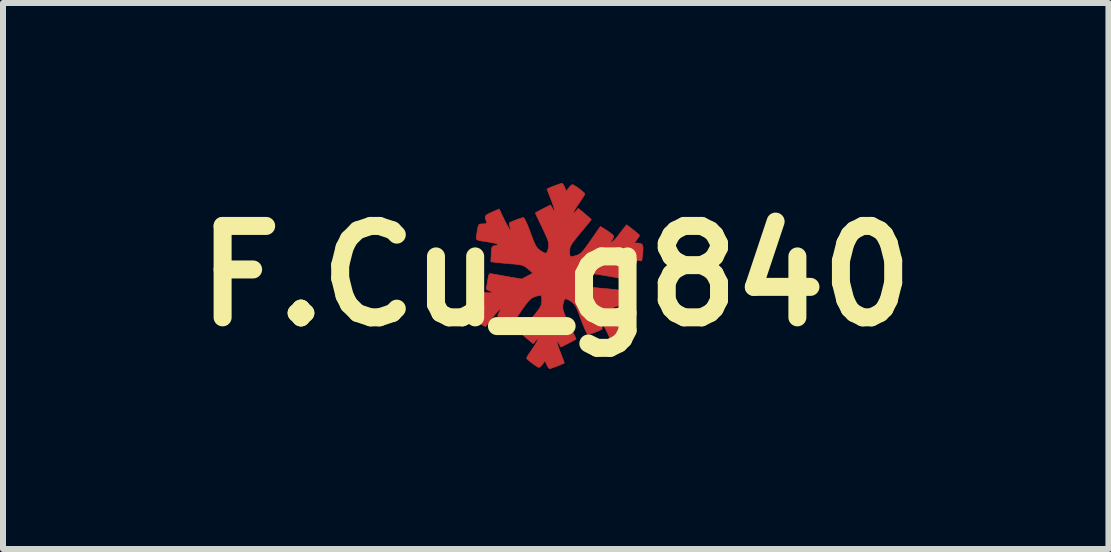
<source format=kicad_pcb>
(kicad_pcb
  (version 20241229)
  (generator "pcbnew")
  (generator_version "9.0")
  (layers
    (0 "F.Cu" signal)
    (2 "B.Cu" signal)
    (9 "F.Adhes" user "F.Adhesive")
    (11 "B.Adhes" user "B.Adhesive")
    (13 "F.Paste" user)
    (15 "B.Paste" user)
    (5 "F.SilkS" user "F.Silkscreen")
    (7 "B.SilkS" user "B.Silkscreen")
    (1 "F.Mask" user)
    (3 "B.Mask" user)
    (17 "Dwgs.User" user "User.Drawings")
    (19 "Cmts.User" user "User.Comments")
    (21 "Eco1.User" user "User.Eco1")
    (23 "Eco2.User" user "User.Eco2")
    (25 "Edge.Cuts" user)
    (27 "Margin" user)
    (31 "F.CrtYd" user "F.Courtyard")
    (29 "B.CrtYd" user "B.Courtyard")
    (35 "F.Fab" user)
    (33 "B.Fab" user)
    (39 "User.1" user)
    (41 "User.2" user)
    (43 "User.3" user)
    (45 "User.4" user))
  (footprint "F.Cu_g840"
    (layer "F.Cu")
    (at 6.212 1.55)
    (property "Reference" "F.Cu_g840" (at 0 0 0) (layer "F.SilkS") (effects (font (size 1.524 1.524) (thickness 0.3))))
    (attr through_hole)
    (fp_poly (pts (xy 0.123 -1.528) (xy 0.147 -1.485) (xy 0.149 -1.479) (xy 0.177 -1.413) (xy 0.217 -1.468) (xy 0.251 -1.507) (xy 0.277 -1.524) (xy 0.278 -1.524) (xy 0.306 -1.512) (xy 0.353 -1.482) (xy 0.406 -1.444) (xy 0.453 -1.406) (xy 0.482 -1.377) (xy 0.486 -1.369) (xy 0.475 -1.345) (xy 0.445 -1.296) (xy 0.401 -1.232) (xy 0.392 -1.218) (xy 0.349 -1.154) (xy 0.317 -1.1) (xy 0.298 -1.061) (xy 0.295 -1.043) (xy 0.309 -1.051) (xy 0.336 -1.081) (xy 0.375 -1.129) (xy 0.484 -1.038) (xy 0.539 -0.991) (xy 0.578 -0.956) (xy 0.593 -0.941) (xy 0.593 -0.941) (xy 0.58 -0.923) (xy 0.545 -0.88) (xy 0.493 -0.816) (xy 0.428 -0.738) (xy 0.413 -0.72) (xy 0.339 -0.63) (xy 0.289 -0.565) (xy 0.257 -0.517) (xy 0.24 -0.478) (xy 0.234 -0.441) (xy 0.233 -0.411) (xy 0.234 -0.353) (xy 0.244 -0.326) (xy 0.273 -0.323) (xy 0.331 -0.339) (xy 0.343 -0.342) (xy 0.38 -0.357) (xy 0.415 -0.38) (xy 0.453 -0.418) (xy 0.501 -0.478) (xy 0.563 -0.565) (xy 0.585 -0.597) (xy 0.744 -0.826) (xy 0.806 -0.789) (xy 0.87 -0.748) (xy 0.924 -0.708) (xy 0.961 -0.676) (xy 0.967 -0.651) (xy 0.946 -0.613) (xy 0.941 -0.604) (xy 0.916 -0.565) (xy 0.915 -0.555) (xy 0.938 -0.568) (xy 0.944 -0.571) (xy 0.985 -0.607) (xy 1.029 -0.658) (xy 1.034 -0.664) (xy 1.081 -0.729) (xy 1.131 -0.792) (xy 1.131 -0.792) (xy 1.182 -0.854) (xy 1.289 -0.772) (xy 1.345 -0.727) (xy 1.384 -0.693) (xy 1.397 -0.676) (xy 1.385 -0.651) (xy 1.356 -0.61) (xy 1.353 -0.606) (xy 1.309 -0.55) (xy 1.358 -0.55) (xy 1.413 -0.544) (xy 1.445 -0.521) (xy 1.456 -0.474) (xy 1.452 -0.395) (xy 1.45 -0.383) (xy 1.435 -0.252) (xy 1.284 -0.266) (xy 1.202 -0.274) (xy 1.152 -0.278) (xy 1.121 -0.28) (xy 1.099 -0.279) (xy 1.073 -0.276) (xy 1.069 -0.276) (xy 1.052 -0.27) (xy 1.075 -0.258) (xy 1.097 -0.251) (xy 1.145 -0.23) (xy 1.158 -0.204) (xy 1.156 -0.195) (xy 1.147 -0.153) (xy 1.136 -0.088) (xy 1.131 -0.056) (xy 1.121 0.005) (xy 1.108 0.033) (xy 1.084 0.039) (xy 1.05 0.033) (xy 1.001 0.024) (xy 0.923 0.01) (xy 0.828 -0.006) (xy 0.775 -0.015) (xy 0.68 -0.03) (xy 0.615 -0.038) (xy 0.57 -0.039) (xy 0.535 -0.03) (xy 0.497 -0.013) (xy 0.475 -0.002) (xy 0.385 0.046) (xy 0.462 0.116) (xy 0.506 0.152) (xy 0.549 0.175) (xy 0.603 0.188) (xy 0.683 0.197) (xy 0.709 0.2) (xy 0.806 0.208) (xy 0.902 0.217) (xy 0.976 0.225) (xy 0.98 0.225) (xy 1.081 0.237) (xy 1.075 0.367) (xy 1.071 0.439) (xy 1.062 0.479) (xy 1.044 0.498) (xy 1.012 0.507) (xy 1.005 0.508) (xy 0.966 0.519) (xy 0.965 0.531) (xy 1.002 0.544) (xy 1.08 0.56) (xy 1.16 0.572) (xy 1.334 0.598) (xy 1.322 0.675) (xy 1.307 0.765) (xy 1.295 0.822) (xy 1.281 0.852) (xy 1.262 0.865) (xy 1.232 0.868) (xy 1.213 0.868) (xy 1.164 0.871) (xy 1.149 0.884) (xy 1.154 0.905) (xy 1.174 0.96) (xy 1.174 0.996) (xy 1.148 1.023) (xy 1.09 1.052) (xy 1.065 1.063) (xy 0.942 1.118) (xy 0.864 0.952) (xy 0.826 0.876) (xy 0.792 0.817) (xy 0.766 0.777) (xy 0.751 0.762) (xy 0.749 0.776) (xy 0.763 0.817) (xy 0.775 0.861) (xy 0.772 0.886) (xy 0.744 0.901) (xy 0.691 0.924) (xy 0.629 0.947) (xy 0.572 0.966) (xy 0.537 0.974) (xy 0.536 0.974) (xy 0.52 0.955) (xy 0.494 0.904) (xy 0.461 0.827) (xy 0.425 0.734) (xy 0.421 0.723) (xy 0.382 0.617) (xy 0.351 0.543) (xy 0.325 0.492) (xy 0.298 0.458) (xy 0.266 0.431) (xy 0.245 0.417) (xy 0.19 0.385) (xy 0.157 0.381) (xy 0.137 0.41) (xy 0.121 0.475) (xy 0.119 0.487) (xy 0.117 0.525) (xy 0.124 0.569) (xy 0.143 0.627) (xy 0.178 0.708) (xy 0.222 0.801) (xy 0.266 0.893) (xy 0.303 0.97) (xy 0.328 1.024) (xy 0.339 1.049) (xy 0.339 1.05) (xy 0.321 1.063) (xy 0.276 1.088) (xy 0.212 1.121) (xy 0.086 1.185) (xy 0.054 1.127) (xy 0.032 1.091) (xy 0.022 1.089) (xy 0.025 1.117) (xy 0.04 1.17) (xy 0.065 1.241) (xy 0.085 1.292) (xy 0.114 1.365) (xy 0.135 1.42) (xy 0.143 1.45) (xy 0.143 1.451) (xy 0.12 1.463) (xy 0.07 1.484) (xy 0.009 1.507) (xy -0.05 1.529) (xy -0.092 1.543) (xy -0.104 1.545) (xy -0.123 1.528) (xy -0.147 1.485) (xy -0.149 1.479) (xy -0.177 1.413) (xy -0.217 1.468) (xy -0.251 1.507) (xy -0.277 1.524) (xy -0.278 1.524) (xy -0.306 1.512) (xy -0.353 1.482) (xy -0.406 1.444) (xy -0.453 1.406) (xy -0.482 1.377) (xy -0.486 1.369) (xy -0.475 1.345) (xy -0.445 1.296) (xy -0.401 1.232) (xy -0.392 1.218) (xy -0.349 1.154) (xy -0.317 1.1) (xy -0.298 1.061) (xy -0.295 1.043) (xy -0.309 1.051) (xy -0.336 1.081) (xy -0.375 1.129) (xy -0.484 1.038) (xy -0.539 0.991) (xy -0.578 0.956) (xy -0.593 0.941) (xy -0.593 0.941) (xy -0.58 0.923) (xy -0.545 0.88) (xy -0.493 0.816) (xy -0.428 0.738) (xy -0.413 0.72) (xy -0.339 0.63) (xy -0.289 0.565) (xy -0.257 0.517) (xy -0.24 0.478) (xy -0.234 0.441) (xy -0.233 0.411) (xy -0.234 0.353) (xy -0.244 0.326) (xy -0.273 0.323) (xy -0.331 0.339) (xy -0.343 0.342) (xy -0.38 0.357) (xy -0.415 0.38) (xy -0.453 0.418) (xy -0.501 0.478) (xy -0.563 0.565) (xy -0.585 0.597) (xy -0.744 0.826) (xy -0.806 0.789) (xy -0.87 0.748) (xy -0.924 0.708) (xy -0.961 0.676) (xy -0.967 0.651) (xy -0.946 0.613) (xy -0.941 0.604) (xy -0.918 0.565) (xy -0.919 0.554) (xy -0.939 0.565) (xy -0.972 0.596) (xy -1.013 0.642) (xy -1.059 0.699) (xy -1.069 0.713) (xy -1.114 0.773) (xy -1.15 0.819) (xy -1.17 0.84) (xy -1.193 0.833) (xy -1.237 0.807) (xy -1.291 0.77) (xy -1.343 0.73) (xy -1.382 0.696) (xy -1.397 0.676) (xy -1.385 0.651) (xy -1.356 0.61) (xy -1.353 0.606) (xy -1.309 0.55) (xy -1.358 0.55) (xy -1.413 0.544) (xy -1.445 0.521) (xy -1.456 0.474) (xy -1.452 0.395) (xy -1.45 0.383) (xy -1.435 0.252) (xy -1.284 0.266) (xy -1.202 0.274) (xy -1.152 0.278) (xy -1.121 0.28) (xy -1.099 0.279) (xy -1.073 0.276) (xy -1.069 0.276) (xy -1.052 0.27) (xy -1.075 0.258) (xy -1.097 0.251) (xy -1.145 0.23) (xy -1.158 0.204) (xy -1.156 0.195) (xy -1.147 0.153) (xy -1.136 0.088) (xy -1.131 0.056) (xy -1.121 -0.005) (xy -1.107 -0.033) (xy -1.084 -0.039) (xy -1.061 -0.036) (xy -1.017 -0.028) (xy -0.943 -0.015) (xy -0.851 0.001) (xy -0.786 0.013) (xy -0.567 0.05) (xy -0.474 0.001) (xy -0.381 -0.048) (xy -0.46 -0.117) (xy -0.506 -0.153) (xy -0.549 -0.176) (xy -0.605 -0.189) (xy -0.687 -0.198) (xy -0.709 -0.2) (xy -0.806 -0.208) (xy -0.902 -0.217) (xy -0.976 -0.225) (xy -0.98 -0.225) (xy -1.081 -0.237) (xy -1.075 -0.367) (xy -1.071 -0.439) (xy -1.062 -0.479) (xy -1.044 -0.498) (xy -1.012 -0.507) (xy -1.005 -0.508) (xy -0.966 -0.519) (xy -0.965 -0.531) (xy -1.003 -0.544) (xy -1.081 -0.56) (xy -1.158 -0.572) (xy -1.243 -0.585) (xy -1.294 -0.596) (xy -1.319 -0.609) (xy -1.325 -0.628) (xy -1.323 -0.653) (xy -1.308 -0.75) (xy -1.297 -0.812) (xy -1.285 -0.848) (xy -1.27 -0.864) (xy -1.248 -0.868) (xy -1.214 -0.868) (xy -1.214 -0.868) (xy -1.165 -0.871) (xy -1.149 -0.884) (xy -1.154 -0.905) (xy -1.174 -0.96) (xy -1.174 -0.996) (xy -1.148 -1.023) (xy -1.09 -1.052) (xy -1.065 -1.063) (xy -0.942 -1.118) (xy -0.864 -0.952) (xy -0.826 -0.876) (xy -0.792 -0.817) (xy -0.766 -0.777) (xy -0.751 -0.762) (xy -0.749 -0.776) (xy -0.763 -0.817) (xy -0.775 -0.861) (xy -0.772 -0.886) (xy -0.744 -0.901) (xy -0.691 -0.924) (xy -0.629 -0.947) (xy -0.572 -0.966) (xy -0.537 -0.974) (xy -0.536 -0.974) (xy -0.52 -0.955) (xy -0.494 -0.904) (xy -0.461 -0.827) (xy -0.425 -0.734) (xy -0.421 -0.723) (xy -0.382 -0.617) (xy -0.351 -0.543) (xy -0.325 -0.492) (xy -0.298 -0.458) (xy -0.266 -0.431) (xy -0.245 -0.417) (xy -0.19 -0.385) (xy -0.157 -0.381) (xy -0.137 -0.41) (xy -0.121 -0.475) (xy -0.119 -0.487) (xy -0.117 -0.525) (xy -0.124 -0.569) (xy -0.143 -0.627) (xy -0.178 -0.708) (xy -0.222 -0.801) (xy -0.266 -0.893) (xy -0.303 -0.97) (xy -0.328 -1.024) (xy -0.339 -1.049) (xy -0.339 -1.05) (xy -0.321 -1.063) (xy -0.276 -1.088) (xy -0.212 -1.121) (xy -0.086 -1.185) (xy -0.054 -1.127) (xy -0.032 -1.091) (xy -0.022 -1.089) (xy -0.025 -1.117) (xy -0.04 -1.17) (xy -0.065 -1.241) (xy -0.085 -1.292) (xy -0.114 -1.365) (xy -0.135 -1.42) (xy -0.143 -1.45) (xy -0.143 -1.451) (xy -0.12 -1.463) (xy -0.07 -1.484) (xy -0.009 -1.507) (xy 0.05 -1.529) (xy 0.092 -1.543) (xy 0.104 -1.545) (xy 0.123 -1.528)) (stroke (width 0.01) (type solid)) (fill yes) (layer "F.Cu")))
  (gr_rect
    (start -3 -3)
    (end 15.424 6.1)
    (stroke (width 0.1) (type default))
    (fill no)
    (layer "Edge.Cuts")))
</source>
